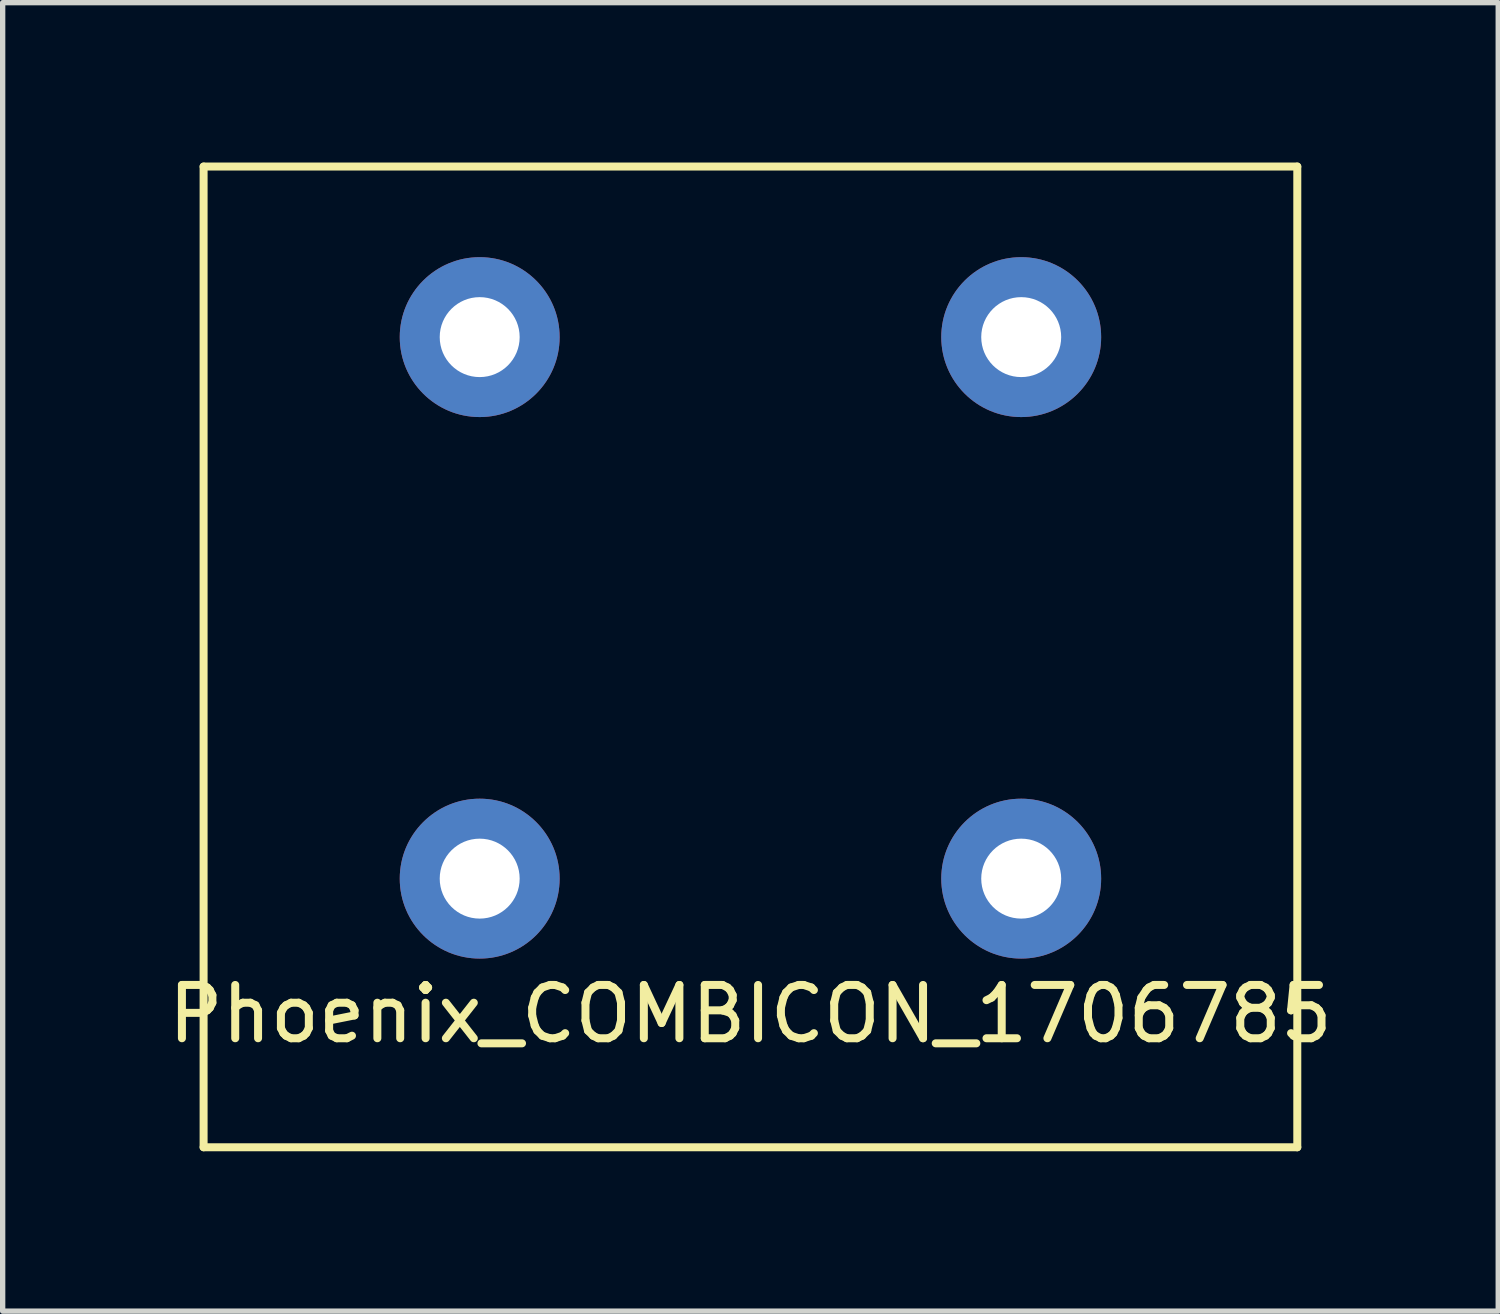
<source format=kicad_pcb>
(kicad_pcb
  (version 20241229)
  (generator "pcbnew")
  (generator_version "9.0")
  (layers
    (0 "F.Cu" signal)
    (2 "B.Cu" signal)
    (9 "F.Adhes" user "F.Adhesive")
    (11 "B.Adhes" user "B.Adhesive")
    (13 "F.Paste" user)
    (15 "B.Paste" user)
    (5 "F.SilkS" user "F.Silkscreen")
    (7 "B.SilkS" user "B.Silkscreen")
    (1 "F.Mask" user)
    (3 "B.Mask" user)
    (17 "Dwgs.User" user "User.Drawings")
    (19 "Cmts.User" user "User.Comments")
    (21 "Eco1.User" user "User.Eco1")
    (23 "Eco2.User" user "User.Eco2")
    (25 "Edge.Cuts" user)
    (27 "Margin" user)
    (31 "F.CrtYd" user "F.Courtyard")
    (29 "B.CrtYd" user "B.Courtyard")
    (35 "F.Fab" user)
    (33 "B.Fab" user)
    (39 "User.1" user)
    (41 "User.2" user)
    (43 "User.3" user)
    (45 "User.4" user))
  (footprint "Phoenix_COMBICON_1706785"
    (layer "F.Cu")
    (at 11.03 8.355)
    (property "Reference" "Phoenix_COMBICON_1706785" (at 0 7.62 0) (layer "F.SilkS") (effects (font (size 1 1) (thickness 0.15))))
    (attr through_hole)
    (fp_line (start -10.26 -8.28) (end -10.26 10.12) (stroke (width 0.15) (type solid)) (layer "F.SilkS"))
    (fp_line (start -10.26 -8.28) (end 10.26 -8.28) (stroke (width 0.15) (type solid)) (layer "F.SilkS"))
    (fp_line (start -10.26 10.12) (end 10.26 10.12) (stroke (width 0.15) (type solid)) (layer "F.SilkS"))
    (fp_line (start 10.26 -8.28) (end 10.26 10.12) (stroke (width 0.15) (type solid)) (layer "F.SilkS"))
    (pad "1" thru_hole circle (at -5.08 -5.08) (size 3 3) (drill 1.5) (layers "*.Cu" "*.Mask"))
    (pad "1" thru_hole circle (at -5.08 5.08) (size 3 3) (drill 1.5) (layers "*.Cu" "*.Mask"))
    (pad "2" thru_hole circle (at 5.08 -5.08) (size 3 3) (drill 1.5) (layers "*.Cu" "*.Mask"))
    (pad "2" thru_hole circle (at 5.08 5.08) (size 3 3) (drill 1.5) (layers "*.Cu" "*.Mask")))
  (gr_rect
    (start -3 -3)
    (end 25.06 21.55)
    (stroke (width 0.1) (type default))
    (fill no)
    (layer "Edge.Cuts")))
</source>
